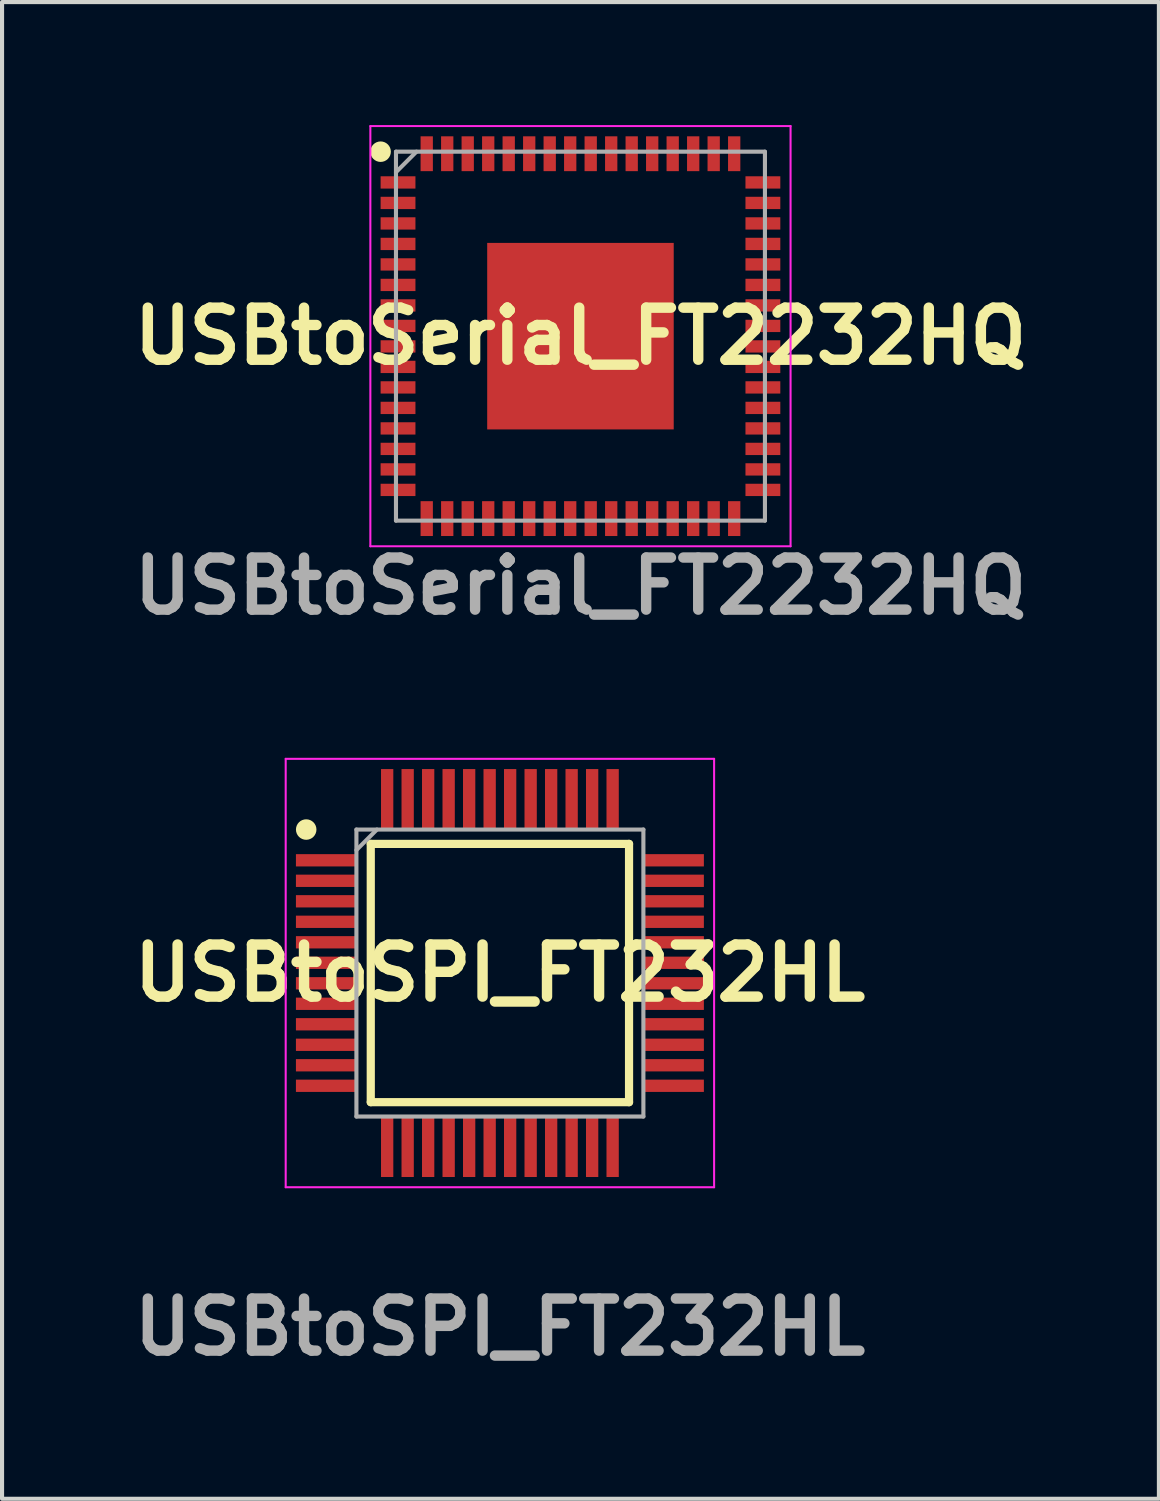
<source format=kicad_pcb>
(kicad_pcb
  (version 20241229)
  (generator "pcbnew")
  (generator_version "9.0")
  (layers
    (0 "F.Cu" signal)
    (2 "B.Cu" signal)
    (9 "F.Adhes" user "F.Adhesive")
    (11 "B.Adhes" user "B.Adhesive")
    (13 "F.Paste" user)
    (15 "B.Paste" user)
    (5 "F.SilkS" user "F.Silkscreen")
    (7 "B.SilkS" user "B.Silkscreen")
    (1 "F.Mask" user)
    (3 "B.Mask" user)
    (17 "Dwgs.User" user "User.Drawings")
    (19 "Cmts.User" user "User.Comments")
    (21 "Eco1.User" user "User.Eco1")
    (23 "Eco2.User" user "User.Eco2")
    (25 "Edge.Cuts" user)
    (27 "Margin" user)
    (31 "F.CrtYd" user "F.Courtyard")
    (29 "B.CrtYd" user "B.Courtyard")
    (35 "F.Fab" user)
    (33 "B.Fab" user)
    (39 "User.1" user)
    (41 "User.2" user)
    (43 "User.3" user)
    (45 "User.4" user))
  (footprint "USBtoSerial_FT2232HQ"
    (layer "F.Cu")
    (at 11.109 5.15)
    (property "Reference" "USBtoSerial_FT2232HQ" (at 0 0 0) (layer "F.SilkS") (effects (font (size 1.27 1.27) (thickness 0.254))))
    (attr smd)
    (fp_circle (center -4.875 -4.5) (end -4.875 -4.375) (stroke (width 0.25) (type solid)) (fill no) (layer "F.SilkS"))
    (fp_line (start -5.125 -5.125) (end 5.125 -5.125) (stroke (width 0.05) (type solid)) (layer "F.CrtYd"))
    (fp_line (start -5.125 5.125) (end -5.125 -5.125) (stroke (width 0.05) (type solid)) (layer "F.CrtYd"))
    (fp_line (start 5.125 -5.125) (end 5.125 5.125) (stroke (width 0.05) (type solid)) (layer "F.CrtYd"))
    (fp_line (start 5.125 5.125) (end -5.125 5.125) (stroke (width 0.05) (type solid)) (layer "F.CrtYd"))
    (fp_line (start -4.5 -4.5) (end 4.5 -4.5) (stroke (width 0.1) (type solid)) (layer "F.Fab"))
    (fp_line (start -4.5 -4) (end -4 -4.5) (stroke (width 0.1) (type solid)) (layer "F.Fab"))
    (fp_line (start -4.5 4.5) (end -4.5 -4.5) (stroke (width 0.1) (type solid)) (layer "F.Fab"))
    (fp_line (start 4.5 -4.5) (end 4.5 4.5) (stroke (width 0.1) (type solid)) (layer "F.Fab"))
    (fp_line (start 4.5 4.5) (end -4.5 4.5) (stroke (width 0.1) (type solid)) (layer "F.Fab"))
    (fp_text user "${REFERENCE}" (at 0 6.096 0) (layer "F.Fab") (effects (font (size 1.27 1.27) (thickness 0.254))))
    (pad "1" smd rect (at -4.45 -3.75 90) (size 0.3 0.85) (layers "F.Cu" "F.Mask" "F.Paste"))
    (pad "2" smd rect (at -4.45 -3.25 90) (size 0.3 0.85) (layers "F.Cu" "F.Mask" "F.Paste"))
    (pad "3" smd rect (at -4.45 -2.75 90) (size 0.3 0.85) (layers "F.Cu" "F.Mask" "F.Paste"))
    (pad "4" smd rect (at -4.45 -2.25 90) (size 0.3 0.85) (layers "F.Cu" "F.Mask" "F.Paste"))
    (pad "5" smd rect (at -4.45 -1.75 90) (size 0.3 0.85) (layers "F.Cu" "F.Mask" "F.Paste"))
    (pad "6" smd rect (at -4.45 -1.25 90) (size 0.3 0.85) (layers "F.Cu" "F.Mask" "F.Paste"))
    (pad "7" smd rect (at -4.45 -0.75 90) (size 0.3 0.85) (layers "F.Cu" "F.Mask" "F.Paste"))
    (pad "8" smd rect (at -4.45 -0.25 90) (size 0.3 0.85) (layers "F.Cu" "F.Mask" "F.Paste"))
    (pad "9" smd rect (at -4.45 0.25 90) (size 0.3 0.85) (layers "F.Cu" "F.Mask" "F.Paste"))
    (pad "10" smd rect (at -4.45 0.75 90) (size 0.3 0.85) (layers "F.Cu" "F.Mask" "F.Paste"))
    (pad "11" smd rect (at -4.45 1.25 90) (size 0.3 0.85) (layers "F.Cu" "F.Mask" "F.Paste"))
    (pad "12" smd rect (at -4.45 1.75 90) (size 0.3 0.85) (layers "F.Cu" "F.Mask" "F.Paste"))
    (pad "13" smd rect (at -4.45 2.25 90) (size 0.3 0.85) (layers "F.Cu" "F.Mask" "F.Paste"))
    (pad "14" smd rect (at -4.45 2.75 90) (size 0.3 0.85) (layers "F.Cu" "F.Mask" "F.Paste"))
    (pad "15" smd rect (at -4.45 3.25 90) (size 0.3 0.85) (layers "F.Cu" "F.Mask" "F.Paste"))
    (pad "16" smd rect (at -4.45 3.75 90) (size 0.3 0.85) (layers "F.Cu" "F.Mask" "F.Paste"))
    (pad "17" smd rect (at -3.75 4.45) (size 0.3 0.85) (layers "F.Cu" "F.Mask" "F.Paste"))
    (pad "18" smd rect (at -3.25 4.45) (size 0.3 0.85) (layers "F.Cu" "F.Mask" "F.Paste"))
    (pad "19" smd rect (at -2.75 4.45) (size 0.3 0.85) (layers "F.Cu" "F.Mask" "F.Paste"))
    (pad "20" smd rect (at -2.25 4.45) (size 0.3 0.85) (layers "F.Cu" "F.Mask" "F.Paste"))
    (pad "21" smd rect (at -1.75 4.45) (size 0.3 0.85) (layers "F.Cu" "F.Mask" "F.Paste"))
    (pad "22" smd rect (at -1.25 4.45) (size 0.3 0.85) (layers "F.Cu" "F.Mask" "F.Paste"))
    (pad "23" smd rect (at -0.75 4.45) (size 0.3 0.85) (layers "F.Cu" "F.Mask" "F.Paste"))
    (pad "24" smd rect (at -0.25 4.45) (size 0.3 0.85) (layers "F.Cu" "F.Mask" "F.Paste"))
    (pad "25" smd rect (at 0.25 4.45) (size 0.3 0.85) (layers "F.Cu" "F.Mask" "F.Paste"))
    (pad "26" smd rect (at 0.75 4.45) (size 0.3 0.85) (layers "F.Cu" "F.Mask" "F.Paste"))
    (pad "27" smd rect (at 1.25 4.45) (size 0.3 0.85) (layers "F.Cu" "F.Mask" "F.Paste"))
    (pad "28" smd rect (at 1.75 4.45) (size 0.3 0.85) (layers "F.Cu" "F.Mask" "F.Paste"))
    (pad "29" smd rect (at 2.25 4.45) (size 0.3 0.85) (layers "F.Cu" "F.Mask" "F.Paste"))
    (pad "30" smd rect (at 2.75 4.45) (size 0.3 0.85) (layers "F.Cu" "F.Mask" "F.Paste"))
    (pad "31" smd rect (at 3.25 4.45) (size 0.3 0.85) (layers "F.Cu" "F.Mask" "F.Paste"))
    (pad "32" smd rect (at 3.75 4.45) (size 0.3 0.85) (layers "F.Cu" "F.Mask" "F.Paste"))
    (pad "33" smd rect (at 4.45 3.75 90) (size 0.3 0.85) (layers "F.Cu" "F.Mask" "F.Paste"))
    (pad "34" smd rect (at 4.45 3.25 90) (size 0.3 0.85) (layers "F.Cu" "F.Mask" "F.Paste"))
    (pad "35" smd rect (at 4.45 2.75 90) (size 0.3 0.85) (layers "F.Cu" "F.Mask" "F.Paste"))
    (pad "36" smd rect (at 4.45 2.25 90) (size 0.3 0.85) (layers "F.Cu" "F.Mask" "F.Paste"))
    (pad "37" smd rect (at 4.45 1.75 90) (size 0.3 0.85) (layers "F.Cu" "F.Mask" "F.Paste"))
    (pad "38" smd rect (at 4.45 1.25 90) (size 0.3 0.85) (layers "F.Cu" "F.Mask" "F.Paste"))
    (pad "39" smd rect (at 4.45 0.75 90) (size 0.3 0.85) (layers "F.Cu" "F.Mask" "F.Paste"))
    (pad "40" smd rect (at 4.45 0.25 90) (size 0.3 0.85) (layers "F.Cu" "F.Mask" "F.Paste"))
    (pad "41" smd rect (at 4.45 -0.25 90) (size 0.3 0.85) (layers "F.Cu" "F.Mask" "F.Paste"))
    (pad "42" smd rect (at 4.45 -0.75 90) (size 0.3 0.85) (layers "F.Cu" "F.Mask" "F.Paste"))
    (pad "43" smd rect (at 4.45 -1.25 90) (size 0.3 0.85) (layers "F.Cu" "F.Mask" "F.Paste"))
    (pad "44" smd rect (at 4.45 -1.75 90) (size 0.3 0.85) (layers "F.Cu" "F.Mask" "F.Paste"))
    (pad "45" smd rect (at 4.45 -2.25 90) (size 0.3 0.85) (layers "F.Cu" "F.Mask" "F.Paste"))
    (pad "46" smd rect (at 4.45 -2.75 90) (size 0.3 0.85) (layers "F.Cu" "F.Mask" "F.Paste"))
    (pad "47" smd rect (at 4.45 -3.25 90) (size 0.3 0.85) (layers "F.Cu" "F.Mask" "F.Paste"))
    (pad "48" smd rect (at 4.45 -3.75 90) (size 0.3 0.85) (layers "F.Cu" "F.Mask" "F.Paste"))
    (pad "49" smd rect (at 3.75 -4.45) (size 0.3 0.85) (layers "F.Cu" "F.Mask" "F.Paste"))
    (pad "50" smd rect (at 3.25 -4.45) (size 0.3 0.85) (layers "F.Cu" "F.Mask" "F.Paste"))
    (pad "51" smd rect (at 2.75 -4.45) (size 0.3 0.85) (layers "F.Cu" "F.Mask" "F.Paste"))
    (pad "52" smd rect (at 2.25 -4.45) (size 0.3 0.85) (layers "F.Cu" "F.Mask" "F.Paste"))
    (pad "53" smd rect (at 1.75 -4.45) (size 0.3 0.85) (layers "F.Cu" "F.Mask" "F.Paste"))
    (pad "54" smd rect (at 1.25 -4.45) (size 0.3 0.85) (layers "F.Cu" "F.Mask" "F.Paste"))
    (pad "55" smd rect (at 0.75 -4.45) (size 0.3 0.85) (layers "F.Cu" "F.Mask" "F.Paste"))
    (pad "56" smd rect (at 0.25 -4.45) (size 0.3 0.85) (layers "F.Cu" "F.Mask" "F.Paste"))
    (pad "57" smd rect (at -0.25 -4.45) (size 0.3 0.85) (layers "F.Cu" "F.Mask" "F.Paste"))
    (pad "58" smd rect (at -0.75 -4.45) (size 0.3 0.85) (layers "F.Cu" "F.Mask" "F.Paste"))
    (pad "59" smd rect (at -1.25 -4.45) (size 0.3 0.85) (layers "F.Cu" "F.Mask" "F.Paste"))
    (pad "60" smd rect (at -1.75 -4.45) (size 0.3 0.85) (layers "F.Cu" "F.Mask" "F.Paste"))
    (pad "61" smd rect (at -2.25 -4.45) (size 0.3 0.85) (layers "F.Cu" "F.Mask" "F.Paste"))
    (pad "62" smd rect (at -2.75 -4.45) (size 0.3 0.85) (layers "F.Cu" "F.Mask" "F.Paste"))
    (pad "63" smd rect (at -3.25 -4.45) (size 0.3 0.85) (layers "F.Cu" "F.Mask" "F.Paste"))
    (pad "64" smd rect (at -3.75 -4.45) (size 0.3 0.85) (layers "F.Cu" "F.Mask" "F.Paste"))
    (pad "65" smd rect (at 0 0) (size 4.55 4.55) (layers "F.Cu" "F.Mask" "F.Paste")))
  (footprint "USBtoSPI_FT232HL"
    (layer "F.Cu")
    (at 9.144 20.685)
    (property "Reference" "USBtoSPI_FT232HL" (at 0 0 0) (layer "F.SilkS") (effects (font (size 1.27 1.27) (thickness 0.254))))
    (attr smd)
    (fp_line (start -3.15 -3.15) (end 3.15 -3.15) (stroke (width 0.2) (type solid)) (layer "F.SilkS"))
    (fp_line (start -3.15 3.15) (end -3.15 -3.15) (stroke (width 0.2) (type solid)) (layer "F.SilkS"))
    (fp_line (start 3.15 -3.15) (end 3.15 3.15) (stroke (width 0.2) (type solid)) (layer "F.SilkS"))
    (fp_line (start 3.15 3.15) (end -3.15 3.15) (stroke (width 0.2) (type solid)) (layer "F.SilkS"))
    (fp_circle (center -4.725 -3.5) (end -4.725 -3.375) (stroke (width 0.25) (type solid)) (fill no) (layer "F.SilkS"))
    (fp_line (start -5.225 -5.225) (end 5.225 -5.225) (stroke (width 0.05) (type solid)) (layer "F.CrtYd"))
    (fp_line (start -5.225 5.225) (end -5.225 -5.225) (stroke (width 0.05) (type solid)) (layer "F.CrtYd"))
    (fp_line (start 5.225 -5.225) (end 5.225 5.225) (stroke (width 0.05) (type solid)) (layer "F.CrtYd"))
    (fp_line (start 5.225 5.225) (end -5.225 5.225) (stroke (width 0.05) (type solid)) (layer "F.CrtYd"))
    (fp_line (start -3.5 -3.5) (end 3.5 -3.5) (stroke (width 0.1) (type solid)) (layer "F.Fab"))
    (fp_line (start -3.5 -3) (end -3 -3.5) (stroke (width 0.1) (type solid)) (layer "F.Fab"))
    (fp_line (start -3.5 3.5) (end -3.5 -3.5) (stroke (width 0.1) (type solid)) (layer "F.Fab"))
    (fp_line (start 3.5 -3.5) (end 3.5 3.5) (stroke (width 0.1) (type solid)) (layer "F.Fab"))
    (fp_line (start 3.5 3.5) (end -3.5 3.5) (stroke (width 0.1) (type solid)) (layer "F.Fab"))
    (fp_text user "${REFERENCE}" (at 0 8.636 0) (layer "F.Fab") (effects (font (size 1.27 1.27) (thickness 0.254))))
    (pad "1" smd rect (at -4.238 -2.75 90) (size 0.3 1.475) (layers "F.Cu" "F.Mask" "F.Paste"))
    (pad "2" smd rect (at -4.238 -2.25 90) (size 0.3 1.475) (layers "F.Cu" "F.Mask" "F.Paste"))
    (pad "3" smd rect (at -4.238 -1.75 90) (size 0.3 1.475) (layers "F.Cu" "F.Mask" "F.Paste"))
    (pad "4" smd rect (at -4.238 -1.25 90) (size 0.3 1.475) (layers "F.Cu" "F.Mask" "F.Paste"))
    (pad "5" smd rect (at -4.238 -0.75 90) (size 0.3 1.475) (layers "F.Cu" "F.Mask" "F.Paste"))
    (pad "6" smd rect (at -4.238 -0.25 90) (size 0.3 1.475) (layers "F.Cu" "F.Mask" "F.Paste"))
    (pad "7" smd rect (at -4.238 0.25 90) (size 0.3 1.475) (layers "F.Cu" "F.Mask" "F.Paste"))
    (pad "8" smd rect (at -4.238 0.75 90) (size 0.3 1.475) (layers "F.Cu" "F.Mask" "F.Paste"))
    (pad "9" smd rect (at -4.238 1.25 90) (size 0.3 1.475) (layers "F.Cu" "F.Mask" "F.Paste"))
    (pad "10" smd rect (at -4.238 1.75 90) (size 0.3 1.475) (layers "F.Cu" "F.Mask" "F.Paste"))
    (pad "11" smd rect (at -4.238 2.25 90) (size 0.3 1.475) (layers "F.Cu" "F.Mask" "F.Paste"))
    (pad "12" smd rect (at -4.238 2.75 90) (size 0.3 1.475) (layers "F.Cu" "F.Mask" "F.Paste"))
    (pad "13" smd rect (at -2.75 4.238) (size 0.3 1.475) (layers "F.Cu" "F.Mask" "F.Paste"))
    (pad "14" smd rect (at -2.25 4.238) (size 0.3 1.475) (layers "F.Cu" "F.Mask" "F.Paste"))
    (pad "15" smd rect (at -1.75 4.238) (size 0.3 1.475) (layers "F.Cu" "F.Mask" "F.Paste"))
    (pad "16" smd rect (at -1.25 4.238) (size 0.3 1.475) (layers "F.Cu" "F.Mask" "F.Paste"))
    (pad "17" smd rect (at -0.75 4.238) (size 0.3 1.475) (layers "F.Cu" "F.Mask" "F.Paste"))
    (pad "18" smd rect (at -0.25 4.238) (size 0.3 1.475) (layers "F.Cu" "F.Mask" "F.Paste"))
    (pad "19" smd rect (at 0.25 4.238) (size 0.3 1.475) (layers "F.Cu" "F.Mask" "F.Paste"))
    (pad "20" smd rect (at 0.75 4.238) (size 0.3 1.475) (layers "F.Cu" "F.Mask" "F.Paste"))
    (pad "21" smd rect (at 1.25 4.238) (size 0.3 1.475) (layers "F.Cu" "F.Mask" "F.Paste"))
    (pad "22" smd rect (at 1.75 4.238) (size 0.3 1.475) (layers "F.Cu" "F.Mask" "F.Paste"))
    (pad "23" smd rect (at 2.25 4.238) (size 0.3 1.475) (layers "F.Cu" "F.Mask" "F.Paste"))
    (pad "24" smd rect (at 2.75 4.238) (size 0.3 1.475) (layers "F.Cu" "F.Mask" "F.Paste"))
    (pad "25" smd rect (at 4.238 2.75 90) (size 0.3 1.475) (layers "F.Cu" "F.Mask" "F.Paste"))
    (pad "26" smd rect (at 4.238 2.25 90) (size 0.3 1.475) (layers "F.Cu" "F.Mask" "F.Paste"))
    (pad "27" smd rect (at 4.238 1.75 90) (size 0.3 1.475) (layers "F.Cu" "F.Mask" "F.Paste"))
    (pad "28" smd rect (at 4.238 1.25 90) (size 0.3 1.475) (layers "F.Cu" "F.Mask" "F.Paste"))
    (pad "29" smd rect (at 4.238 0.75 90) (size 0.3 1.475) (layers "F.Cu" "F.Mask" "F.Paste"))
    (pad "30" smd rect (at 4.238 0.25 90) (size 0.3 1.475) (layers "F.Cu" "F.Mask" "F.Paste"))
    (pad "31" smd rect (at 4.238 -0.25 90) (size 0.3 1.475) (layers "F.Cu" "F.Mask" "F.Paste"))
    (pad "32" smd rect (at 4.238 -0.75 90) (size 0.3 1.475) (layers "F.Cu" "F.Mask" "F.Paste"))
    (pad "33" smd rect (at 4.238 -1.25 90) (size 0.3 1.475) (layers "F.Cu" "F.Mask" "F.Paste"))
    (pad "34" smd rect (at 4.238 -1.75 90) (size 0.3 1.475) (layers "F.Cu" "F.Mask" "F.Paste"))
    (pad "35" smd rect (at 4.238 -2.25 90) (size 0.3 1.475) (layers "F.Cu" "F.Mask" "F.Paste"))
    (pad "36" smd rect (at 4.238 -2.75 90) (size 0.3 1.475) (layers "F.Cu" "F.Mask" "F.Paste"))
    (pad "37" smd rect (at 2.75 -4.238) (size 0.3 1.475) (layers "F.Cu" "F.Mask" "F.Paste"))
    (pad "38" smd rect (at 2.25 -4.238) (size 0.3 1.475) (layers "F.Cu" "F.Mask" "F.Paste"))
    (pad "39" smd rect (at 1.75 -4.238) (size 0.3 1.475) (layers "F.Cu" "F.Mask" "F.Paste"))
    (pad "40" smd rect (at 1.25 -4.238) (size 0.3 1.475) (layers "F.Cu" "F.Mask" "F.Paste"))
    (pad "41" smd rect (at 0.75 -4.238) (size 0.3 1.475) (layers "F.Cu" "F.Mask" "F.Paste"))
    (pad "42" smd rect (at 0.25 -4.238) (size 0.3 1.475) (layers "F.Cu" "F.Mask" "F.Paste"))
    (pad "43" smd rect (at -0.25 -4.238) (size 0.3 1.475) (layers "F.Cu" "F.Mask" "F.Paste"))
    (pad "44" smd rect (at -0.75 -4.238) (size 0.3 1.475) (layers "F.Cu" "F.Mask" "F.Paste"))
    (pad "45" smd rect (at -1.25 -4.238) (size 0.3 1.475) (layers "F.Cu" "F.Mask" "F.Paste"))
    (pad "46" smd rect (at -1.75 -4.238) (size 0.3 1.475) (layers "F.Cu" "F.Mask" "F.Paste"))
    (pad "47" smd rect (at -2.25 -4.238) (size 0.3 1.475) (layers "F.Cu" "F.Mask" "F.Paste"))
    (pad "48" smd rect (at -2.75 -4.238) (size 0.3 1.475) (layers "F.Cu" "F.Mask" "F.Paste")))
  (gr_rect
    (start -3 -3)
    (end 25.219 33.509)
    (stroke (width 0.1) (type default))
    (fill no)
    (layer "Edge.Cuts")))
</source>
